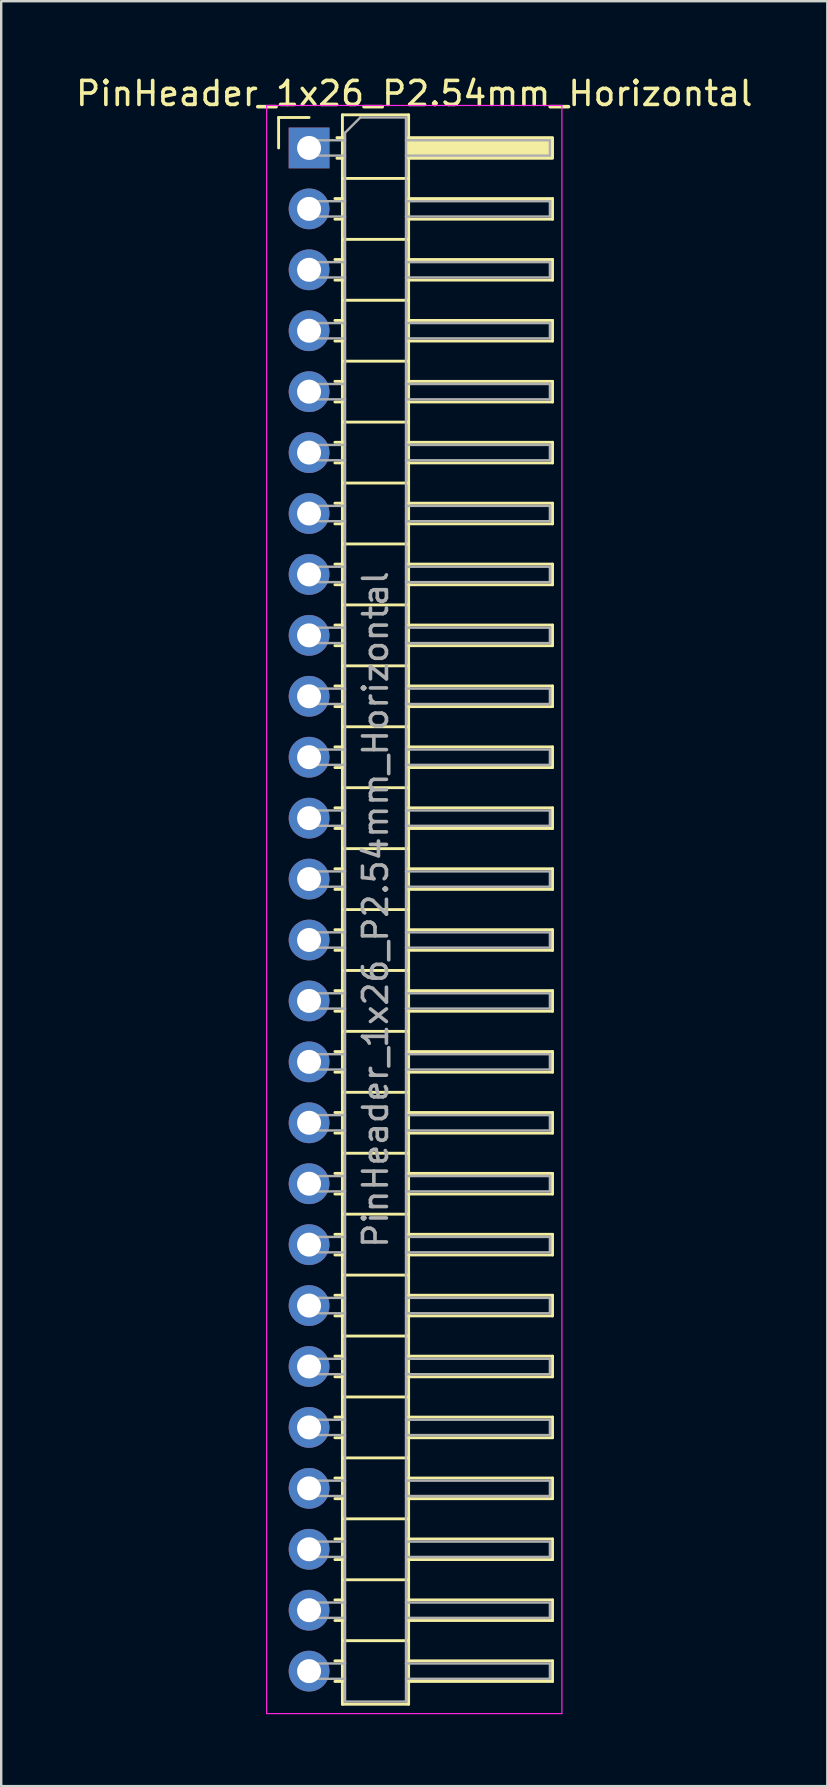
<source format=kicad_pcb>
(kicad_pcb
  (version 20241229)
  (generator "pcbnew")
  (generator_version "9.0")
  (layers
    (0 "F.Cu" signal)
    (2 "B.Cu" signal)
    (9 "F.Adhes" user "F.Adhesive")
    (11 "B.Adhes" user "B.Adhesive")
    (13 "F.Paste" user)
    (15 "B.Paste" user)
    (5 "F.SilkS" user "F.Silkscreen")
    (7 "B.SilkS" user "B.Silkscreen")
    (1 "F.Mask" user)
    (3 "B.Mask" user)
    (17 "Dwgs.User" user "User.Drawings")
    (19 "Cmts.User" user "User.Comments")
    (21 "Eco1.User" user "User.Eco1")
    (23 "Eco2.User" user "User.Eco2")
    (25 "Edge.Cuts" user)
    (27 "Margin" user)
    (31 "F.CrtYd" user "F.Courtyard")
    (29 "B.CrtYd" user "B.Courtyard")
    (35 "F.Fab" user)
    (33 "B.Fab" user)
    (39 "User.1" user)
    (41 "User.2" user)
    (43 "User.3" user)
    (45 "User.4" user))
  (footprint "PinHeader_1x26_P2.54mm_Horizontal"
    (layer "F.Cu")
    (at 9.835 3.118)
    (property "Reference" "PinHeader_1x26_P2.54mm_Horizontal" (at 4.385 -2.27 0) (layer "F.SilkS") (effects (font (size 1 1) (thickness 0.15))))
    (attr through_hole)
    (fp_line (start -1.27 -1.27) (end 0 -1.27) (stroke (width 0.12) (type solid)) (layer "F.SilkS"))
    (fp_line (start -1.27 0) (end -1.27 -1.27) (stroke (width 0.12) (type solid)) (layer "F.SilkS"))
    (fp_line (start 1.077 2.11) (end 1.39 2.11) (stroke (width 0.12) (type solid)) (layer "F.SilkS"))
    (fp_line (start 1.077 2.97) (end 1.39 2.97) (stroke (width 0.12) (type solid)) (layer "F.SilkS"))
    (fp_line (start 1.077 4.65) (end 1.39 4.65) (stroke (width 0.12) (type solid)) (layer "F.SilkS"))
    (fp_line (start 1.077 5.51) (end 1.39 5.51) (stroke (width 0.12) (type solid)) (layer "F.SilkS"))
    (fp_line (start 1.077 7.19) (end 1.39 7.19) (stroke (width 0.12) (type solid)) (layer "F.SilkS"))
    (fp_line (start 1.077 8.05) (end 1.39 8.05) (stroke (width 0.12) (type solid)) (layer "F.SilkS"))
    (fp_line (start 1.077 9.73) (end 1.39 9.73) (stroke (width 0.12) (type solid)) (layer "F.SilkS"))
    (fp_line (start 1.077 10.59) (end 1.39 10.59) (stroke (width 0.12) (type solid)) (layer "F.SilkS"))
    (fp_line (start 1.077 12.27) (end 1.39 12.27) (stroke (width 0.12) (type solid)) (layer "F.SilkS"))
    (fp_line (start 1.077 13.13) (end 1.39 13.13) (stroke (width 0.12) (type solid)) (layer "F.SilkS"))
    (fp_line (start 1.077 14.81) (end 1.39 14.81) (stroke (width 0.12) (type solid)) (layer "F.SilkS"))
    (fp_line (start 1.077 15.67) (end 1.39 15.67) (stroke (width 0.12) (type solid)) (layer "F.SilkS"))
    (fp_line (start 1.077 17.35) (end 1.39 17.35) (stroke (width 0.12) (type solid)) (layer "F.SilkS"))
    (fp_line (start 1.077 18.21) (end 1.39 18.21) (stroke (width 0.12) (type solid)) (layer "F.SilkS"))
    (fp_line (start 1.077 19.89) (end 1.39 19.89) (stroke (width 0.12) (type solid)) (layer "F.SilkS"))
    (fp_line (start 1.077 20.75) (end 1.39 20.75) (stroke (width 0.12) (type solid)) (layer "F.SilkS"))
    (fp_line (start 1.077 22.43) (end 1.39 22.43) (stroke (width 0.12) (type solid)) (layer "F.SilkS"))
    (fp_line (start 1.077 23.29) (end 1.39 23.29) (stroke (width 0.12) (type solid)) (layer "F.SilkS"))
    (fp_line (start 1.077 24.97) (end 1.39 24.97) (stroke (width 0.12) (type solid)) (layer "F.SilkS"))
    (fp_line (start 1.077 25.83) (end 1.39 25.83) (stroke (width 0.12) (type solid)) (layer "F.SilkS"))
    (fp_line (start 1.077 27.51) (end 1.39 27.51) (stroke (width 0.12) (type solid)) (layer "F.SilkS"))
    (fp_line (start 1.077 28.37) (end 1.39 28.37) (stroke (width 0.12) (type solid)) (layer "F.SilkS"))
    (fp_line (start 1.077 30.05) (end 1.39 30.05) (stroke (width 0.12) (type solid)) (layer "F.SilkS"))
    (fp_line (start 1.077 30.91) (end 1.39 30.91) (stroke (width 0.12) (type solid)) (layer "F.SilkS"))
    (fp_line (start 1.077 32.59) (end 1.39 32.59) (stroke (width 0.12) (type solid)) (layer "F.SilkS"))
    (fp_line (start 1.077 33.45) (end 1.39 33.45) (stroke (width 0.12) (type solid)) (layer "F.SilkS"))
    (fp_line (start 1.077 35.13) (end 1.39 35.13) (stroke (width 0.12) (type solid)) (layer "F.SilkS"))
    (fp_line (start 1.077 35.99) (end 1.39 35.99) (stroke (width 0.12) (type solid)) (layer "F.SilkS"))
    (fp_line (start 1.077 37.67) (end 1.39 37.67) (stroke (width 0.12) (type solid)) (layer "F.SilkS"))
    (fp_line (start 1.077 38.53) (end 1.39 38.53) (stroke (width 0.12) (type solid)) (layer "F.SilkS"))
    (fp_line (start 1.077 40.21) (end 1.39 40.21) (stroke (width 0.12) (type solid)) (layer "F.SilkS"))
    (fp_line (start 1.077 41.07) (end 1.39 41.07) (stroke (width 0.12) (type solid)) (layer "F.SilkS"))
    (fp_line (start 1.077 42.75) (end 1.39 42.75) (stroke (width 0.12) (type solid)) (layer "F.SilkS"))
    (fp_line (start 1.077 43.61) (end 1.39 43.61) (stroke (width 0.12) (type solid)) (layer "F.SilkS"))
    (fp_line (start 1.077 45.29) (end 1.39 45.29) (stroke (width 0.12) (type solid)) (layer "F.SilkS"))
    (fp_line (start 1.077 46.15) (end 1.39 46.15) (stroke (width 0.12) (type solid)) (layer "F.SilkS"))
    (fp_line (start 1.077 47.83) (end 1.39 47.83) (stroke (width 0.12) (type solid)) (layer "F.SilkS"))
    (fp_line (start 1.077 48.69) (end 1.39 48.69) (stroke (width 0.12) (type solid)) (layer "F.SilkS"))
    (fp_line (start 1.077 50.37) (end 1.39 50.37) (stroke (width 0.12) (type solid)) (layer "F.SilkS"))
    (fp_line (start 1.077 51.23) (end 1.39 51.23) (stroke (width 0.12) (type solid)) (layer "F.SilkS"))
    (fp_line (start 1.077 52.91) (end 1.39 52.91) (stroke (width 0.12) (type solid)) (layer "F.SilkS"))
    (fp_line (start 1.077 53.77) (end 1.39 53.77) (stroke (width 0.12) (type solid)) (layer "F.SilkS"))
    (fp_line (start 1.077 55.45) (end 1.39 55.45) (stroke (width 0.12) (type solid)) (layer "F.SilkS"))
    (fp_line (start 1.077 56.31) (end 1.39 56.31) (stroke (width 0.12) (type solid)) (layer "F.SilkS"))
    (fp_line (start 1.077 57.99) (end 1.39 57.99) (stroke (width 0.12) (type solid)) (layer "F.SilkS"))
    (fp_line (start 1.077 58.85) (end 1.39 58.85) (stroke (width 0.12) (type solid)) (layer "F.SilkS"))
    (fp_line (start 1.077 60.53) (end 1.39 60.53) (stroke (width 0.12) (type solid)) (layer "F.SilkS"))
    (fp_line (start 1.077 61.39) (end 1.39 61.39) (stroke (width 0.12) (type solid)) (layer "F.SilkS"))
    (fp_line (start 1.077 63.07) (end 1.39 63.07) (stroke (width 0.12) (type solid)) (layer "F.SilkS"))
    (fp_line (start 1.077 63.93) (end 1.39 63.93) (stroke (width 0.12) (type solid)) (layer "F.SilkS"))
    (fp_line (start 1.16 -0.43) (end 1.39 -0.43) (stroke (width 0.12) (type solid)) (layer "F.SilkS"))
    (fp_line (start 1.16 0.43) (end 1.39 0.43) (stroke (width 0.12) (type solid)) (layer "F.SilkS"))
    (fp_line (start 1.39 -1.38) (end 1.39 64.88) (stroke (width 0.12) (type solid)) (layer "F.SilkS"))
    (fp_line (start 1.39 1.27) (end 4.15 1.27) (stroke (width 0.12) (type solid)) (layer "F.SilkS"))
    (fp_line (start 1.39 3.81) (end 4.15 3.81) (stroke (width 0.12) (type solid)) (layer "F.SilkS"))
    (fp_line (start 1.39 6.35) (end 4.15 6.35) (stroke (width 0.12) (type solid)) (layer "F.SilkS"))
    (fp_line (start 1.39 8.89) (end 4.15 8.89) (stroke (width 0.12) (type solid)) (layer "F.SilkS"))
    (fp_line (start 1.39 11.43) (end 4.15 11.43) (stroke (width 0.12) (type solid)) (layer "F.SilkS"))
    (fp_line (start 1.39 13.97) (end 4.15 13.97) (stroke (width 0.12) (type solid)) (layer "F.SilkS"))
    (fp_line (start 1.39 16.51) (end 4.15 16.51) (stroke (width 0.12) (type solid)) (layer "F.SilkS"))
    (fp_line (start 1.39 19.05) (end 4.15 19.05) (stroke (width 0.12) (type solid)) (layer "F.SilkS"))
    (fp_line (start 1.39 21.59) (end 4.15 21.59) (stroke (width 0.12) (type solid)) (layer "F.SilkS"))
    (fp_line (start 1.39 24.13) (end 4.15 24.13) (stroke (width 0.12) (type solid)) (layer "F.SilkS"))
    (fp_line (start 1.39 26.67) (end 4.15 26.67) (stroke (width 0.12) (type solid)) (layer "F.SilkS"))
    (fp_line (start 1.39 29.21) (end 4.15 29.21) (stroke (width 0.12) (type solid)) (layer "F.SilkS"))
    (fp_line (start 1.39 31.75) (end 4.15 31.75) (stroke (width 0.12) (type solid)) (layer "F.SilkS"))
    (fp_line (start 1.39 34.29) (end 4.15 34.29) (stroke (width 0.12) (type solid)) (layer "F.SilkS"))
    (fp_line (start 1.39 36.83) (end 4.15 36.83) (stroke (width 0.12) (type solid)) (layer "F.SilkS"))
    (fp_line (start 1.39 39.37) (end 4.15 39.37) (stroke (width 0.12) (type solid)) (layer "F.SilkS"))
    (fp_line (start 1.39 41.91) (end 4.15 41.91) (stroke (width 0.12) (type solid)) (layer "F.SilkS"))
    (fp_line (start 1.39 44.45) (end 4.15 44.45) (stroke (width 0.12) (type solid)) (layer "F.SilkS"))
    (fp_line (start 1.39 46.99) (end 4.15 46.99) (stroke (width 0.12) (type solid)) (layer "F.SilkS"))
    (fp_line (start 1.39 49.53) (end 4.15 49.53) (stroke (width 0.12) (type solid)) (layer "F.SilkS"))
    (fp_line (start 1.39 52.07) (end 4.15 52.07) (stroke (width 0.12) (type solid)) (layer "F.SilkS"))
    (fp_line (start 1.39 54.61) (end 4.15 54.61) (stroke (width 0.12) (type solid)) (layer "F.SilkS"))
    (fp_line (start 1.39 57.15) (end 4.15 57.15) (stroke (width 0.12) (type solid)) (layer "F.SilkS"))
    (fp_line (start 1.39 59.69) (end 4.15 59.69) (stroke (width 0.12) (type solid)) (layer "F.SilkS"))
    (fp_line (start 1.39 62.23) (end 4.15 62.23) (stroke (width 0.12) (type solid)) (layer "F.SilkS"))
    (fp_line (start 1.39 64.88) (end 4.15 64.88) (stroke (width 0.12) (type solid)) (layer "F.SilkS"))
    (fp_line (start 4.15 -1.38) (end 1.39 -1.38) (stroke (width 0.12) (type solid)) (layer "F.SilkS"))
    (fp_line (start 4.15 2.11) (end 10.15 2.11) (stroke (width 0.12) (type solid)) (layer "F.SilkS"))
    (fp_line (start 4.15 4.65) (end 10.15 4.65) (stroke (width 0.12) (type solid)) (layer "F.SilkS"))
    (fp_line (start 4.15 7.19) (end 10.15 7.19) (stroke (width 0.12) (type solid)) (layer "F.SilkS"))
    (fp_line (start 4.15 9.73) (end 10.15 9.73) (stroke (width 0.12) (type solid)) (layer "F.SilkS"))
    (fp_line (start 4.15 12.27) (end 10.15 12.27) (stroke (width 0.12) (type solid)) (layer "F.SilkS"))
    (fp_line (start 4.15 14.81) (end 10.15 14.81) (stroke (width 0.12) (type solid)) (layer "F.SilkS"))
    (fp_line (start 4.15 17.35) (end 10.15 17.35) (stroke (width 0.12) (type solid)) (layer "F.SilkS"))
    (fp_line (start 4.15 19.89) (end 10.15 19.89) (stroke (width 0.12) (type solid)) (layer "F.SilkS"))
    (fp_line (start 4.15 22.43) (end 10.15 22.43) (stroke (width 0.12) (type solid)) (layer "F.SilkS"))
    (fp_line (start 4.15 24.97) (end 10.15 24.97) (stroke (width 0.12) (type solid)) (layer "F.SilkS"))
    (fp_line (start 4.15 27.51) (end 10.15 27.51) (stroke (width 0.12) (type solid)) (layer "F.SilkS"))
    (fp_line (start 4.15 30.05) (end 10.15 30.05) (stroke (width 0.12) (type solid)) (layer "F.SilkS"))
    (fp_line (start 4.15 32.59) (end 10.15 32.59) (stroke (width 0.12) (type solid)) (layer "F.SilkS"))
    (fp_line (start 4.15 35.13) (end 10.15 35.13) (stroke (width 0.12) (type solid)) (layer "F.SilkS"))
    (fp_line (start 4.15 37.67) (end 10.15 37.67) (stroke (width 0.12) (type solid)) (layer "F.SilkS"))
    (fp_line (start 4.15 40.21) (end 10.15 40.21) (stroke (width 0.12) (type solid)) (layer "F.SilkS"))
    (fp_line (start 4.15 42.75) (end 10.15 42.75) (stroke (width 0.12) (type solid)) (layer "F.SilkS"))
    (fp_line (start 4.15 45.29) (end 10.15 45.29) (stroke (width 0.12) (type solid)) (layer "F.SilkS"))
    (fp_line (start 4.15 47.83) (end 10.15 47.83) (stroke (width 0.12) (type solid)) (layer "F.SilkS"))
    (fp_line (start 4.15 50.37) (end 10.15 50.37) (stroke (width 0.12) (type solid)) (layer "F.SilkS"))
    (fp_line (start 4.15 52.91) (end 10.15 52.91) (stroke (width 0.12) (type solid)) (layer "F.SilkS"))
    (fp_line (start 4.15 55.45) (end 10.15 55.45) (stroke (width 0.12) (type solid)) (layer "F.SilkS"))
    (fp_line (start 4.15 57.99) (end 10.15 57.99) (stroke (width 0.12) (type solid)) (layer "F.SilkS"))
    (fp_line (start 4.15 60.53) (end 10.15 60.53) (stroke (width 0.12) (type solid)) (layer "F.SilkS"))
    (fp_line (start 4.15 63.07) (end 10.15 63.07) (stroke (width 0.12) (type solid)) (layer "F.SilkS"))
    (fp_line (start 4.15 64.88) (end 4.15 -1.38) (stroke (width 0.12) (type solid)) (layer "F.SilkS"))
    (fp_line (start 10.15 2.11) (end 10.15 2.97) (stroke (width 0.12) (type solid)) (layer "F.SilkS"))
    (fp_line (start 10.15 2.97) (end 4.15 2.97) (stroke (width 0.12) (type solid)) (layer "F.SilkS"))
    (fp_line (start 10.15 4.65) (end 10.15 5.51) (stroke (width 0.12) (type solid)) (layer "F.SilkS"))
    (fp_line (start 10.15 5.51) (end 4.15 5.51) (stroke (width 0.12) (type solid)) (layer "F.SilkS"))
    (fp_line (start 10.15 7.19) (end 10.15 8.05) (stroke (width 0.12) (type solid)) (layer "F.SilkS"))
    (fp_line (start 10.15 8.05) (end 4.15 8.05) (stroke (width 0.12) (type solid)) (layer "F.SilkS"))
    (fp_line (start 10.15 9.73) (end 10.15 10.59) (stroke (width 0.12) (type solid)) (layer "F.SilkS"))
    (fp_line (start 10.15 10.59) (end 4.15 10.59) (stroke (width 0.12) (type solid)) (layer "F.SilkS"))
    (fp_line (start 10.15 12.27) (end 10.15 13.13) (stroke (width 0.12) (type solid)) (layer "F.SilkS"))
    (fp_line (start 10.15 13.13) (end 4.15 13.13) (stroke (width 0.12) (type solid)) (layer "F.SilkS"))
    (fp_line (start 10.15 14.81) (end 10.15 15.67) (stroke (width 0.12) (type solid)) (layer "F.SilkS"))
    (fp_line (start 10.15 15.67) (end 4.15 15.67) (stroke (width 0.12) (type solid)) (layer "F.SilkS"))
    (fp_line (start 10.15 17.35) (end 10.15 18.21) (stroke (width 0.12) (type solid)) (layer "F.SilkS"))
    (fp_line (start 10.15 18.21) (end 4.15 18.21) (stroke (width 0.12) (type solid)) (layer "F.SilkS"))
    (fp_line (start 10.15 19.89) (end 10.15 20.75) (stroke (width 0.12) (type solid)) (layer "F.SilkS"))
    (fp_line (start 10.15 20.75) (end 4.15 20.75) (stroke (width 0.12) (type solid)) (layer "F.SilkS"))
    (fp_line (start 10.15 22.43) (end 10.15 23.29) (stroke (width 0.12) (type solid)) (layer "F.SilkS"))
    (fp_line (start 10.15 23.29) (end 4.15 23.29) (stroke (width 0.12) (type solid)) (layer "F.SilkS"))
    (fp_line (start 10.15 24.97) (end 10.15 25.83) (stroke (width 0.12) (type solid)) (layer "F.SilkS"))
    (fp_line (start 10.15 25.83) (end 4.15 25.83) (stroke (width 0.12) (type solid)) (layer "F.SilkS"))
    (fp_line (start 10.15 27.51) (end 10.15 28.37) (stroke (width 0.12) (type solid)) (layer "F.SilkS"))
    (fp_line (start 10.15 28.37) (end 4.15 28.37) (stroke (width 0.12) (type solid)) (layer "F.SilkS"))
    (fp_line (start 10.15 30.05) (end 10.15 30.91) (stroke (width 0.12) (type solid)) (layer "F.SilkS"))
    (fp_line (start 10.15 30.91) (end 4.15 30.91) (stroke (width 0.12) (type solid)) (layer "F.SilkS"))
    (fp_line (start 10.15 32.59) (end 10.15 33.45) (stroke (width 0.12) (type solid)) (layer "F.SilkS"))
    (fp_line (start 10.15 33.45) (end 4.15 33.45) (stroke (width 0.12) (type solid)) (layer "F.SilkS"))
    (fp_line (start 10.15 35.13) (end 10.15 35.99) (stroke (width 0.12) (type solid)) (layer "F.SilkS"))
    (fp_line (start 10.15 35.99) (end 4.15 35.99) (stroke (width 0.12) (type solid)) (layer "F.SilkS"))
    (fp_line (start 10.15 37.67) (end 10.15 38.53) (stroke (width 0.12) (type solid)) (layer "F.SilkS"))
    (fp_line (start 10.15 38.53) (end 4.15 38.53) (stroke (width 0.12) (type solid)) (layer "F.SilkS"))
    (fp_line (start 10.15 40.21) (end 10.15 41.07) (stroke (width 0.12) (type solid)) (layer "F.SilkS"))
    (fp_line (start 10.15 41.07) (end 4.15 41.07) (stroke (width 0.12) (type solid)) (layer "F.SilkS"))
    (fp_line (start 10.15 42.75) (end 10.15 43.61) (stroke (width 0.12) (type solid)) (layer "F.SilkS"))
    (fp_line (start 10.15 43.61) (end 4.15 43.61) (stroke (width 0.12) (type solid)) (layer "F.SilkS"))
    (fp_line (start 10.15 45.29) (end 10.15 46.15) (stroke (width 0.12) (type solid)) (layer "F.SilkS"))
    (fp_line (start 10.15 46.15) (end 4.15 46.15) (stroke (width 0.12) (type solid)) (layer "F.SilkS"))
    (fp_line (start 10.15 47.83) (end 10.15 48.69) (stroke (width 0.12) (type solid)) (layer "F.SilkS"))
    (fp_line (start 10.15 48.69) (end 4.15 48.69) (stroke (width 0.12) (type solid)) (layer "F.SilkS"))
    (fp_line (start 10.15 50.37) (end 10.15 51.23) (stroke (width 0.12) (type solid)) (layer "F.SilkS"))
    (fp_line (start 10.15 51.23) (end 4.15 51.23) (stroke (width 0.12) (type solid)) (layer "F.SilkS"))
    (fp_line (start 10.15 52.91) (end 10.15 53.77) (stroke (width 0.12) (type solid)) (layer "F.SilkS"))
    (fp_line (start 10.15 53.77) (end 4.15 53.77) (stroke (width 0.12) (type solid)) (layer "F.SilkS"))
    (fp_line (start 10.15 55.45) (end 10.15 56.31) (stroke (width 0.12) (type solid)) (layer "F.SilkS"))
    (fp_line (start 10.15 56.31) (end 4.15 56.31) (stroke (width 0.12) (type solid)) (layer "F.SilkS"))
    (fp_line (start 10.15 57.99) (end 10.15 58.85) (stroke (width 0.12) (type solid)) (layer "F.SilkS"))
    (fp_line (start 10.15 58.85) (end 4.15 58.85) (stroke (width 0.12) (type solid)) (layer "F.SilkS"))
    (fp_line (start 10.15 60.53) (end 10.15 61.39) (stroke (width 0.12) (type solid)) (layer "F.SilkS"))
    (fp_line (start 10.15 61.39) (end 4.15 61.39) (stroke (width 0.12) (type solid)) (layer "F.SilkS"))
    (fp_line (start 10.15 63.07) (end 10.15 63.93) (stroke (width 0.12) (type solid)) (layer "F.SilkS"))
    (fp_line (start 10.15 63.93) (end 4.15 63.93) (stroke (width 0.12) (type solid)) (layer "F.SilkS"))
    (fp_rect (start 4.15 -0.43) (end 10.15 0.43) (stroke (width 0.12) (type solid)) (fill yes) (layer "F.SilkS"))
    (fp_line (start -1.77 -1.77) (end -1.77 65.27) (stroke (width 0.05) (type solid)) (layer "F.CrtYd"))
    (fp_line (start -1.77 65.27) (end 10.54 65.27) (stroke (width 0.05) (type solid)) (layer "F.CrtYd"))
    (fp_line (start 10.54 -1.77) (end -1.77 -1.77) (stroke (width 0.05) (type solid)) (layer "F.CrtYd"))
    (fp_line (start 10.54 65.27) (end 10.54 -1.77) (stroke (width 0.05) (type solid)) (layer "F.CrtYd"))
    (fp_line (start -0.32 -0.32) (end -0.32 0.32) (stroke (width 0.1) (type solid)) (layer "F.Fab"))
    (fp_line (start -0.32 -0.32) (end 1.5 -0.32) (stroke (width 0.1) (type solid)) (layer "F.Fab"))
    (fp_line (start -0.32 0.32) (end 1.5 0.32) (stroke (width 0.1) (type solid)) (layer "F.Fab"))
    (fp_line (start -0.32 2.22) (end -0.32 2.86) (stroke (width 0.1) (type solid)) (layer "F.Fab"))
    (fp_line (start -0.32 2.22) (end 1.5 2.22) (stroke (width 0.1) (type solid)) (layer "F.Fab"))
    (fp_line (start -0.32 2.86) (end 1.5 2.86) (stroke (width 0.1) (type solid)) (layer "F.Fab"))
    (fp_line (start -0.32 4.76) (end -0.32 5.4) (stroke (width 0.1) (type solid)) (layer "F.Fab"))
    (fp_line (start -0.32 4.76) (end 1.5 4.76) (stroke (width 0.1) (type solid)) (layer "F.Fab"))
    (fp_line (start -0.32 5.4) (end 1.5 5.4) (stroke (width 0.1) (type solid)) (layer "F.Fab"))
    (fp_line (start -0.32 7.3) (end -0.32 7.94) (stroke (width 0.1) (type solid)) (layer "F.Fab"))
    (fp_line (start -0.32 7.3) (end 1.5 7.3) (stroke (width 0.1) (type solid)) (layer "F.Fab"))
    (fp_line (start -0.32 7.94) (end 1.5 7.94) (stroke (width 0.1) (type solid)) (layer "F.Fab"))
    (fp_line (start -0.32 9.84) (end -0.32 10.48) (stroke (width 0.1) (type solid)) (layer "F.Fab"))
    (fp_line (start -0.32 9.84) (end 1.5 9.84) (stroke (width 0.1) (type solid)) (layer "F.Fab"))
    (fp_line (start -0.32 10.48) (end 1.5 10.48) (stroke (width 0.1) (type solid)) (layer "F.Fab"))
    (fp_line (start -0.32 12.38) (end -0.32 13.02) (stroke (width 0.1) (type solid)) (layer "F.Fab"))
    (fp_line (start -0.32 12.38) (end 1.5 12.38) (stroke (width 0.1) (type solid)) (layer "F.Fab"))
    (fp_line (start -0.32 13.02) (end 1.5 13.02) (stroke (width 0.1) (type solid)) (layer "F.Fab"))
    (fp_line (start -0.32 14.92) (end -0.32 15.56) (stroke (width 0.1) (type solid)) (layer "F.Fab"))
    (fp_line (start -0.32 14.92) (end 1.5 14.92) (stroke (width 0.1) (type solid)) (layer "F.Fab"))
    (fp_line (start -0.32 15.56) (end 1.5 15.56) (stroke (width 0.1) (type solid)) (layer "F.Fab"))
    (fp_line (start -0.32 17.46) (end -0.32 18.1) (stroke (width 0.1) (type solid)) (layer "F.Fab"))
    (fp_line (start -0.32 17.46) (end 1.5 17.46) (stroke (width 0.1) (type solid)) (layer "F.Fab"))
    (fp_line (start -0.32 18.1) (end 1.5 18.1) (stroke (width 0.1) (type solid)) (layer "F.Fab"))
    (fp_line (start -0.32 20) (end -0.32 20.64) (stroke (width 0.1) (type solid)) (layer "F.Fab"))
    (fp_line (start -0.32 20) (end 1.5 20) (stroke (width 0.1) (type solid)) (layer "F.Fab"))
    (fp_line (start -0.32 20.64) (end 1.5 20.64) (stroke (width 0.1) (type solid)) (layer "F.Fab"))
    (fp_line (start -0.32 22.54) (end -0.32 23.18) (stroke (width 0.1) (type solid)) (layer "F.Fab"))
    (fp_line (start -0.32 22.54) (end 1.5 22.54) (stroke (width 0.1) (type solid)) (layer "F.Fab"))
    (fp_line (start -0.32 23.18) (end 1.5 23.18) (stroke (width 0.1) (type solid)) (layer "F.Fab"))
    (fp_line (start -0.32 25.08) (end -0.32 25.72) (stroke (width 0.1) (type solid)) (layer "F.Fab"))
    (fp_line (start -0.32 25.08) (end 1.5 25.08) (stroke (width 0.1) (type solid)) (layer "F.Fab"))
    (fp_line (start -0.32 25.72) (end 1.5 25.72) (stroke (width 0.1) (type solid)) (layer "F.Fab"))
    (fp_line (start -0.32 27.62) (end -0.32 28.26) (stroke (width 0.1) (type solid)) (layer "F.Fab"))
    (fp_line (start -0.32 27.62) (end 1.5 27.62) (stroke (width 0.1) (type solid)) (layer "F.Fab"))
    (fp_line (start -0.32 28.26) (end 1.5 28.26) (stroke (width 0.1) (type solid)) (layer "F.Fab"))
    (fp_line (start -0.32 30.16) (end -0.32 30.8) (stroke (width 0.1) (type solid)) (layer "F.Fab"))
    (fp_line (start -0.32 30.16) (end 1.5 30.16) (stroke (width 0.1) (type solid)) (layer "F.Fab"))
    (fp_line (start -0.32 30.8) (end 1.5 30.8) (stroke (width 0.1) (type solid)) (layer "F.Fab"))
    (fp_line (start -0.32 32.7) (end -0.32 33.34) (stroke (width 0.1) (type solid)) (layer "F.Fab"))
    (fp_line (start -0.32 32.7) (end 1.5 32.7) (stroke (width 0.1) (type solid)) (layer "F.Fab"))
    (fp_line (start -0.32 33.34) (end 1.5 33.34) (stroke (width 0.1) (type solid)) (layer "F.Fab"))
    (fp_line (start -0.32 35.24) (end -0.32 35.88) (stroke (width 0.1) (type solid)) (layer "F.Fab"))
    (fp_line (start -0.32 35.24) (end 1.5 35.24) (stroke (width 0.1) (type solid)) (layer "F.Fab"))
    (fp_line (start -0.32 35.88) (end 1.5 35.88) (stroke (width 0.1) (type solid)) (layer "F.Fab"))
    (fp_line (start -0.32 37.78) (end -0.32 38.42) (stroke (width 0.1) (type solid)) (layer "F.Fab"))
    (fp_line (start -0.32 37.78) (end 1.5 37.78) (stroke (width 0.1) (type solid)) (layer "F.Fab"))
    (fp_line (start -0.32 38.42) (end 1.5 38.42) (stroke (width 0.1) (type solid)) (layer "F.Fab"))
    (fp_line (start -0.32 40.32) (end -0.32 40.96) (stroke (width 0.1) (type solid)) (layer "F.Fab"))
    (fp_line (start -0.32 40.32) (end 1.5 40.32) (stroke (width 0.1) (type solid)) (layer "F.Fab"))
    (fp_line (start -0.32 40.96) (end 1.5 40.96) (stroke (width 0.1) (type solid)) (layer "F.Fab"))
    (fp_line (start -0.32 42.86) (end -0.32 43.5) (stroke (width 0.1) (type solid)) (layer "F.Fab"))
    (fp_line (start -0.32 42.86) (end 1.5 42.86) (stroke (width 0.1) (type solid)) (layer "F.Fab"))
    (fp_line (start -0.32 43.5) (end 1.5 43.5) (stroke (width 0.1) (type solid)) (layer "F.Fab"))
    (fp_line (start -0.32 45.4) (end -0.32 46.04) (stroke (width 0.1) (type solid)) (layer "F.Fab"))
    (fp_line (start -0.32 45.4) (end 1.5 45.4) (stroke (width 0.1) (type solid)) (layer "F.Fab"))
    (fp_line (start -0.32 46.04) (end 1.5 46.04) (stroke (width 0.1) (type solid)) (layer "F.Fab"))
    (fp_line (start -0.32 47.94) (end -0.32 48.58) (stroke (width 0.1) (type solid)) (layer "F.Fab"))
    (fp_line (start -0.32 47.94) (end 1.5 47.94) (stroke (width 0.1) (type solid)) (layer "F.Fab"))
    (fp_line (start -0.32 48.58) (end 1.5 48.58) (stroke (width 0.1) (type solid)) (layer "F.Fab"))
    (fp_line (start -0.32 50.48) (end -0.32 51.12) (stroke (width 0.1) (type solid)) (layer "F.Fab"))
    (fp_line (start -0.32 50.48) (end 1.5 50.48) (stroke (width 0.1) (type solid)) (layer "F.Fab"))
    (fp_line (start -0.32 51.12) (end 1.5 51.12) (stroke (width 0.1) (type solid)) (layer "F.Fab"))
    (fp_line (start -0.32 53.02) (end -0.32 53.66) (stroke (width 0.1) (type solid)) (layer "F.Fab"))
    (fp_line (start -0.32 53.02) (end 1.5 53.02) (stroke (width 0.1) (type solid)) (layer "F.Fab"))
    (fp_line (start -0.32 53.66) (end 1.5 53.66) (stroke (width 0.1) (type solid)) (layer "F.Fab"))
    (fp_line (start -0.32 55.56) (end -0.32 56.2) (stroke (width 0.1) (type solid)) (layer "F.Fab"))
    (fp_line (start -0.32 55.56) (end 1.5 55.56) (stroke (width 0.1) (type solid)) (layer "F.Fab"))
    (fp_line (start -0.32 56.2) (end 1.5 56.2) (stroke (width 0.1) (type solid)) (layer "F.Fab"))
    (fp_line (start -0.32 58.1) (end -0.32 58.74) (stroke (width 0.1) (type solid)) (layer "F.Fab"))
    (fp_line (start -0.32 58.1) (end 1.5 58.1) (stroke (width 0.1) (type solid)) (layer "F.Fab"))
    (fp_line (start -0.32 58.74) (end 1.5 58.74) (stroke (width 0.1) (type solid)) (layer "F.Fab"))
    (fp_line (start -0.32 60.64) (end -0.32 61.28) (stroke (width 0.1) (type solid)) (layer "F.Fab"))
    (fp_line (start -0.32 60.64) (end 1.5 60.64) (stroke (width 0.1) (type solid)) (layer "F.Fab"))
    (fp_line (start -0.32 61.28) (end 1.5 61.28) (stroke (width 0.1) (type solid)) (layer "F.Fab"))
    (fp_line (start -0.32 63.18) (end -0.32 63.82) (stroke (width 0.1) (type solid)) (layer "F.Fab"))
    (fp_line (start -0.32 63.18) (end 1.5 63.18) (stroke (width 0.1) (type solid)) (layer "F.Fab"))
    (fp_line (start -0.32 63.82) (end 1.5 63.82) (stroke (width 0.1) (type solid)) (layer "F.Fab"))
    (fp_line (start 1.5 -0.635) (end 2.135 -1.27) (stroke (width 0.1) (type solid)) (layer "F.Fab"))
    (fp_line (start 1.5 64.77) (end 1.5 -0.635) (stroke (width 0.1) (type solid)) (layer "F.Fab"))
    (fp_line (start 2.135 -1.27) (end 4.04 -1.27) (stroke (width 0.1) (type solid)) (layer "F.Fab"))
    (fp_line (start 4.04 -1.27) (end 4.04 64.77) (stroke (width 0.1) (type solid)) (layer "F.Fab"))
    (fp_line (start 4.04 -0.32) (end 10.04 -0.32) (stroke (width 0.1) (type solid)) (layer "F.Fab"))
    (fp_line (start 4.04 0.32) (end 10.04 0.32) (stroke (width 0.1) (type solid)) (layer "F.Fab"))
    (fp_line (start 4.04 2.22) (end 10.04 2.22) (stroke (width 0.1) (type solid)) (layer "F.Fab"))
    (fp_line (start 4.04 2.86) (end 10.04 2.86) (stroke (width 0.1) (type solid)) (layer "F.Fab"))
    (fp_line (start 4.04 4.76) (end 10.04 4.76) (stroke (width 0.1) (type solid)) (layer "F.Fab"))
    (fp_line (start 4.04 5.4) (end 10.04 5.4) (stroke (width 0.1) (type solid)) (layer "F.Fab"))
    (fp_line (start 4.04 7.3) (end 10.04 7.3) (stroke (width 0.1) (type solid)) (layer "F.Fab"))
    (fp_line (start 4.04 7.94) (end 10.04 7.94) (stroke (width 0.1) (type solid)) (layer "F.Fab"))
    (fp_line (start 4.04 9.84) (end 10.04 9.84) (stroke (width 0.1) (type solid)) (layer "F.Fab"))
    (fp_line (start 4.04 10.48) (end 10.04 10.48) (stroke (width 0.1) (type solid)) (layer "F.Fab"))
    (fp_line (start 4.04 12.38) (end 10.04 12.38) (stroke (width 0.1) (type solid)) (layer "F.Fab"))
    (fp_line (start 4.04 13.02) (end 10.04 13.02) (stroke (width 0.1) (type solid)) (layer "F.Fab"))
    (fp_line (start 4.04 14.92) (end 10.04 14.92) (stroke (width 0.1) (type solid)) (layer "F.Fab"))
    (fp_line (start 4.04 15.56) (end 10.04 15.56) (stroke (width 0.1) (type solid)) (layer "F.Fab"))
    (fp_line (start 4.04 17.46) (end 10.04 17.46) (stroke (width 0.1) (type solid)) (layer "F.Fab"))
    (fp_line (start 4.04 18.1) (end 10.04 18.1) (stroke (width 0.1) (type solid)) (layer "F.Fab"))
    (fp_line (start 4.04 20) (end 10.04 20) (stroke (width 0.1) (type solid)) (layer "F.Fab"))
    (fp_line (start 4.04 20.64) (end 10.04 20.64) (stroke (width 0.1) (type solid)) (layer "F.Fab"))
    (fp_line (start 4.04 22.54) (end 10.04 22.54) (stroke (width 0.1) (type solid)) (layer "F.Fab"))
    (fp_line (start 4.04 23.18) (end 10.04 23.18) (stroke (width 0.1) (type solid)) (layer "F.Fab"))
    (fp_line (start 4.04 25.08) (end 10.04 25.08) (stroke (width 0.1) (type solid)) (layer "F.Fab"))
    (fp_line (start 4.04 25.72) (end 10.04 25.72) (stroke (width 0.1) (type solid)) (layer "F.Fab"))
    (fp_line (start 4.04 27.62) (end 10.04 27.62) (stroke (width 0.1) (type solid)) (layer "F.Fab"))
    (fp_line (start 4.04 28.26) (end 10.04 28.26) (stroke (width 0.1) (type solid)) (layer "F.Fab"))
    (fp_line (start 4.04 30.16) (end 10.04 30.16) (stroke (width 0.1) (type solid)) (layer "F.Fab"))
    (fp_line (start 4.04 30.8) (end 10.04 30.8) (stroke (width 0.1) (type solid)) (layer "F.Fab"))
    (fp_line (start 4.04 32.7) (end 10.04 32.7) (stroke (width 0.1) (type solid)) (layer "F.Fab"))
    (fp_line (start 4.04 33.34) (end 10.04 33.34) (stroke (width 0.1) (type solid)) (layer "F.Fab"))
    (fp_line (start 4.04 35.24) (end 10.04 35.24) (stroke (width 0.1) (type solid)) (layer "F.Fab"))
    (fp_line (start 4.04 35.88) (end 10.04 35.88) (stroke (width 0.1) (type solid)) (layer "F.Fab"))
    (fp_line (start 4.04 37.78) (end 10.04 37.78) (stroke (width 0.1) (type solid)) (layer "F.Fab"))
    (fp_line (start 4.04 38.42) (end 10.04 38.42) (stroke (width 0.1) (type solid)) (layer "F.Fab"))
    (fp_line (start 4.04 40.32) (end 10.04 40.32) (stroke (width 0.1) (type solid)) (layer "F.Fab"))
    (fp_line (start 4.04 40.96) (end 10.04 40.96) (stroke (width 0.1) (type solid)) (layer "F.Fab"))
    (fp_line (start 4.04 42.86) (end 10.04 42.86) (stroke (width 0.1) (type solid)) (layer "F.Fab"))
    (fp_line (start 4.04 43.5) (end 10.04 43.5) (stroke (width 0.1) (type solid)) (layer "F.Fab"))
    (fp_line (start 4.04 45.4) (end 10.04 45.4) (stroke (width 0.1) (type solid)) (layer "F.Fab"))
    (fp_line (start 4.04 46.04) (end 10.04 46.04) (stroke (width 0.1) (type solid)) (layer "F.Fab"))
    (fp_line (start 4.04 47.94) (end 10.04 47.94) (stroke (width 0.1) (type solid)) (layer "F.Fab"))
    (fp_line (start 4.04 48.58) (end 10.04 48.58) (stroke (width 0.1) (type solid)) (layer "F.Fab"))
    (fp_line (start 4.04 50.48) (end 10.04 50.48) (stroke (width 0.1) (type solid)) (layer "F.Fab"))
    (fp_line (start 4.04 51.12) (end 10.04 51.12) (stroke (width 0.1) (type solid)) (layer "F.Fab"))
    (fp_line (start 4.04 53.02) (end 10.04 53.02) (stroke (width 0.1) (type solid)) (layer "F.Fab"))
    (fp_line (start 4.04 53.66) (end 10.04 53.66) (stroke (width 0.1) (type solid)) (layer "F.Fab"))
    (fp_line (start 4.04 55.56) (end 10.04 55.56) (stroke (width 0.1) (type solid)) (layer "F.Fab"))
    (fp_line (start 4.04 56.2) (end 10.04 56.2) (stroke (width 0.1) (type solid)) (layer "F.Fab"))
    (fp_line (start 4.04 58.1) (end 10.04 58.1) (stroke (width 0.1) (type solid)) (layer "F.Fab"))
    (fp_line (start 4.04 58.74) (end 10.04 58.74) (stroke (width 0.1) (type solid)) (layer "F.Fab"))
    (fp_line (start 4.04 60.64) (end 10.04 60.64) (stroke (width 0.1) (type solid)) (layer "F.Fab"))
    (fp_line (start 4.04 61.28) (end 10.04 61.28) (stroke (width 0.1) (type solid)) (layer "F.Fab"))
    (fp_line (start 4.04 63.18) (end 10.04 63.18) (stroke (width 0.1) (type solid)) (layer "F.Fab"))
    (fp_line (start 4.04 63.82) (end 10.04 63.82) (stroke (width 0.1) (type solid)) (layer "F.Fab"))
    (fp_line (start 4.04 64.77) (end 1.5 64.77) (stroke (width 0.1) (type solid)) (layer "F.Fab"))
    (fp_line (start 10.04 -0.32) (end 10.04 0.32) (stroke (width 0.1) (type solid)) (layer "F.Fab"))
    (fp_line (start 10.04 2.22) (end 10.04 2.86) (stroke (width 0.1) (type solid)) (layer "F.Fab"))
    (fp_line (start 10.04 4.76) (end 10.04 5.4) (stroke (width 0.1) (type solid)) (layer "F.Fab"))
    (fp_line (start 10.04 7.3) (end 10.04 7.94) (stroke (width 0.1) (type solid)) (layer "F.Fab"))
    (fp_line (start 10.04 9.84) (end 10.04 10.48) (stroke (width 0.1) (type solid)) (layer "F.Fab"))
    (fp_line (start 10.04 12.38) (end 10.04 13.02) (stroke (width 0.1) (type solid)) (layer "F.Fab"))
    (fp_line (start 10.04 14.92) (end 10.04 15.56) (stroke (width 0.1) (type solid)) (layer "F.Fab"))
    (fp_line (start 10.04 17.46) (end 10.04 18.1) (stroke (width 0.1) (type solid)) (layer "F.Fab"))
    (fp_line (start 10.04 20) (end 10.04 20.64) (stroke (width 0.1) (type solid)) (layer "F.Fab"))
    (fp_line (start 10.04 22.54) (end 10.04 23.18) (stroke (width 0.1) (type solid)) (layer "F.Fab"))
    (fp_line (start 10.04 25.08) (end 10.04 25.72) (stroke (width 0.1) (type solid)) (layer "F.Fab"))
    (fp_line (start 10.04 27.62) (end 10.04 28.26) (stroke (width 0.1) (type solid)) (layer "F.Fab"))
    (fp_line (start 10.04 30.16) (end 10.04 30.8) (stroke (width 0.1) (type solid)) (layer "F.Fab"))
    (fp_line (start 10.04 32.7) (end 10.04 33.34) (stroke (width 0.1) (type solid)) (layer "F.Fab"))
    (fp_line (start 10.04 35.24) (end 10.04 35.88) (stroke (width 0.1) (type solid)) (layer "F.Fab"))
    (fp_line (start 10.04 37.78) (end 10.04 38.42) (stroke (width 0.1) (type solid)) (layer "F.Fab"))
    (fp_line (start 10.04 40.32) (end 10.04 40.96) (stroke (width 0.1) (type solid)) (layer "F.Fab"))
    (fp_line (start 10.04 42.86) (end 10.04 43.5) (stroke (width 0.1) (type solid)) (layer "F.Fab"))
    (fp_line (start 10.04 45.4) (end 10.04 46.04) (stroke (width 0.1) (type solid)) (layer "F.Fab"))
    (fp_line (start 10.04 47.94) (end 10.04 48.58) (stroke (width 0.1) (type solid)) (layer "F.Fab"))
    (fp_line (start 10.04 50.48) (end 10.04 51.12) (stroke (width 0.1) (type solid)) (layer "F.Fab"))
    (fp_line (start 10.04 53.02) (end 10.04 53.66) (stroke (width 0.1) (type solid)) (layer "F.Fab"))
    (fp_line (start 10.04 55.56) (end 10.04 56.2) (stroke (width 0.1) (type solid)) (layer "F.Fab"))
    (fp_line (start 10.04 58.1) (end 10.04 58.74) (stroke (width 0.1) (type solid)) (layer "F.Fab"))
    (fp_line (start 10.04 60.64) (end 10.04 61.28) (stroke (width 0.1) (type solid)) (layer "F.Fab"))
    (fp_line (start 10.04 63.18) (end 10.04 63.82) (stroke (width 0.1) (type solid)) (layer "F.Fab"))
    (fp_text user "${REFERENCE}" (at 2.77 31.75 90) (layer "F.Fab") (effects (font (size 1 1) (thickness 0.15))))
    (pad "1" thru_hole rect (at 0 0) (size 1.7 1.7) (drill 1) (layers "*.Cu" "*.Mask"))
    (pad "2" thru_hole circle (at 0 2.54) (size 1.7 1.7) (drill 1) (layers "*.Cu" "*.Mask"))
    (pad "3" thru_hole circle (at 0 5.08) (size 1.7 1.7) (drill 1) (layers "*.Cu" "*.Mask"))
    (pad "4" thru_hole circle (at 0 7.62) (size 1.7 1.7) (drill 1) (layers "*.Cu" "*.Mask"))
    (pad "5" thru_hole circle (at 0 10.16) (size 1.7 1.7) (drill 1) (layers "*.Cu" "*.Mask"))
    (pad "6" thru_hole circle (at 0 12.7) (size 1.7 1.7) (drill 1) (layers "*.Cu" "*.Mask"))
    (pad "7" thru_hole circle (at 0 15.24) (size 1.7 1.7) (drill 1) (layers "*.Cu" "*.Mask"))
    (pad "8" thru_hole circle (at 0 17.78) (size 1.7 1.7) (drill 1) (layers "*.Cu" "*.Mask"))
    (pad "9" thru_hole circle (at 0 20.32) (size 1.7 1.7) (drill 1) (layers "*.Cu" "*.Mask"))
    (pad "10" thru_hole circle (at 0 22.86) (size 1.7 1.7) (drill 1) (layers "*.Cu" "*.Mask"))
    (pad "11" thru_hole circle (at 0 25.4) (size 1.7 1.7) (drill 1) (layers "*.Cu" "*.Mask"))
    (pad "12" thru_hole circle (at 0 27.94) (size 1.7 1.7) (drill 1) (layers "*.Cu" "*.Mask"))
    (pad "13" thru_hole circle (at 0 30.48) (size 1.7 1.7) (drill 1) (layers "*.Cu" "*.Mask"))
    (pad "14" thru_hole circle (at 0 33.02) (size 1.7 1.7) (drill 1) (layers "*.Cu" "*.Mask"))
    (pad "15" thru_hole circle (at 0 35.56) (size 1.7 1.7) (drill 1) (layers "*.Cu" "*.Mask"))
    (pad "16" thru_hole circle (at 0 38.1) (size 1.7 1.7) (drill 1) (layers "*.Cu" "*.Mask"))
    (pad "17" thru_hole circle (at 0 40.64) (size 1.7 1.7) (drill 1) (layers "*.Cu" "*.Mask"))
    (pad "18" thru_hole circle (at 0 43.18) (size 1.7 1.7) (drill 1) (layers "*.Cu" "*.Mask"))
    (pad "19" thru_hole circle (at 0 45.72) (size 1.7 1.7) (drill 1) (layers "*.Cu" "*.Mask"))
    (pad "20" thru_hole circle (at 0 48.26) (size 1.7 1.7) (drill 1) (layers "*.Cu" "*.Mask"))
    (pad "21" thru_hole circle (at 0 50.8) (size 1.7 1.7) (drill 1) (layers "*.Cu" "*.Mask"))
    (pad "22" thru_hole circle (at 0 53.34) (size 1.7 1.7) (drill 1) (layers "*.Cu" "*.Mask"))
    (pad "23" thru_hole circle (at 0 55.88) (size 1.7 1.7) (drill 1) (layers "*.Cu" "*.Mask"))
    (pad "24" thru_hole circle (at 0 58.42) (size 1.7 1.7) (drill 1) (layers "*.Cu" "*.Mask"))
    (pad "25" thru_hole circle (at 0 60.96) (size 1.7 1.7) (drill 1) (layers "*.Cu" "*.Mask"))
    (pad "26" thru_hole circle (at 0 63.5) (size 1.7 1.7) (drill 1) (layers "*.Cu" "*.Mask")))
  (gr_rect
    (start -3 -3)
    (end 31.44 71.413)
    (stroke (width 0.1) (type default))
    (fill no)
    (layer "Edge.Cuts")))
</source>
